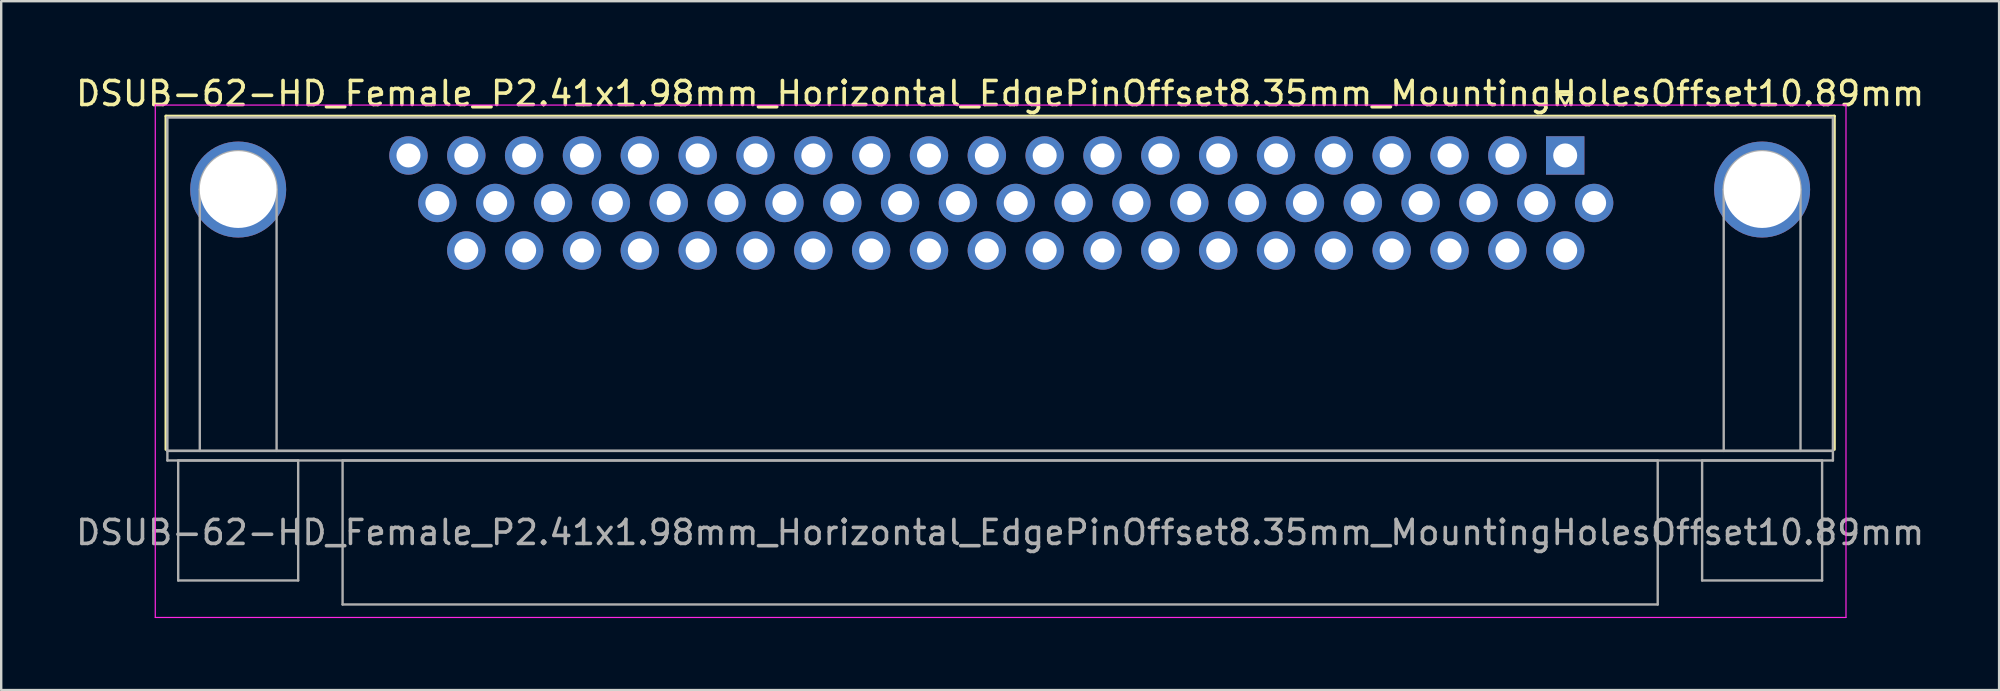
<source format=kicad_pcb>
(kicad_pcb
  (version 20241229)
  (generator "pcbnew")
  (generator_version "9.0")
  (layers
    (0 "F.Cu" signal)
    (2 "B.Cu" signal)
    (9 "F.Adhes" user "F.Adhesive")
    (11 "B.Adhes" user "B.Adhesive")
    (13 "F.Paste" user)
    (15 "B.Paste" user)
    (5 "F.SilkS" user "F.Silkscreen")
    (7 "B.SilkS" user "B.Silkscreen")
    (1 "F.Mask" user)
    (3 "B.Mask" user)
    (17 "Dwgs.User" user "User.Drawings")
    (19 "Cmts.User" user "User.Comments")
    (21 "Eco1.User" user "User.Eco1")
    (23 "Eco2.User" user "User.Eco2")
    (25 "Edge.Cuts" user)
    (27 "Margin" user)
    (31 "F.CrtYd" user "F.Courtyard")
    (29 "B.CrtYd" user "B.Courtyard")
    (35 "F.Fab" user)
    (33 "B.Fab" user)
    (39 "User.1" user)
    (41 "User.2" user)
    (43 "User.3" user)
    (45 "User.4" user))
  (footprint "DSUB-62-HD_Female_P2.41x1.98mm_Horizontal_EdgePinOffset8.35mm_MountingHolesOffset10.89mm"
    (layer "F.Cu")
    (at 62.17 3.428)
    (property "Reference" "DSUB-62-HD_Female_P2.41x1.98mm_Horizontal_EdgePinOffset8.35mm_MountingHolesOffset10.89mm" (at -23.545 -2.58 0) (layer "F.SilkS") (effects (font (size 1 1) (thickness 0.15))))
    (attr through_hole)
    (fp_line (start -58.305 -1.64) (end 11.215 -1.64) (stroke (width 0.12) (type solid)) (layer "F.SilkS"))
    (fp_line (start -58.305 12.25) (end -58.305 -1.64) (stroke (width 0.12) (type solid)) (layer "F.SilkS"))
    (fp_line (start -0.25 -2.534) (end 0.25 -2.534) (stroke (width 0.12) (type solid)) (layer "F.SilkS"))
    (fp_line (start 0 -2.101) (end -0.25 -2.534) (stroke (width 0.12) (type solid)) (layer "F.SilkS"))
    (fp_line (start 0.25 -2.534) (end 0 -2.101) (stroke (width 0.12) (type solid)) (layer "F.SilkS"))
    (fp_line (start 11.215 -1.64) (end 11.215 12.25) (stroke (width 0.12) (type solid)) (layer "F.SilkS"))
    (fp_line (start -58.75 -2.1) (end -58.75 19.25) (stroke (width 0.05) (type solid)) (layer "F.CrtYd"))
    (fp_line (start -58.75 19.25) (end 11.7 19.25) (stroke (width 0.05) (type solid)) (layer "F.CrtYd"))
    (fp_line (start 11.7 -2.1) (end -58.75 -2.1) (stroke (width 0.05) (type solid)) (layer "F.CrtYd"))
    (fp_line (start 11.7 19.25) (end 11.7 -2.1) (stroke (width 0.05) (type solid)) (layer "F.CrtYd"))
    (fp_line (start -58.245 -1.58) (end -58.245 12.31) (stroke (width 0.1) (type solid)) (layer "F.Fab"))
    (fp_line (start -58.245 12.31) (end -58.245 12.71) (stroke (width 0.1) (type solid)) (layer "F.Fab"))
    (fp_line (start -58.245 12.31) (end 11.155 12.31) (stroke (width 0.1) (type solid)) (layer "F.Fab"))
    (fp_line (start -58.245 12.71) (end 11.155 12.71) (stroke (width 0.1) (type solid)) (layer "F.Fab"))
    (fp_line (start -57.795 12.71) (end -57.795 17.71) (stroke (width 0.1) (type solid)) (layer "F.Fab"))
    (fp_line (start -57.795 17.71) (end -52.795 17.71) (stroke (width 0.1) (type solid)) (layer "F.Fab"))
    (fp_line (start -56.895 12.31) (end -56.895 1.42) (stroke (width 0.1) (type solid)) (layer "F.Fab"))
    (fp_line (start -53.695 12.31) (end -53.695 1.42) (stroke (width 0.1) (type solid)) (layer "F.Fab"))
    (fp_line (start -52.795 12.71) (end -57.795 12.71) (stroke (width 0.1) (type solid)) (layer "F.Fab"))
    (fp_line (start -52.795 17.71) (end -52.795 12.71) (stroke (width 0.1) (type solid)) (layer "F.Fab"))
    (fp_line (start -50.945 12.71) (end -50.945 18.71) (stroke (width 0.1) (type solid)) (layer "F.Fab"))
    (fp_line (start -50.945 18.71) (end 3.855 18.71) (stroke (width 0.1) (type solid)) (layer "F.Fab"))
    (fp_line (start 3.855 12.71) (end -50.945 12.71) (stroke (width 0.1) (type solid)) (layer "F.Fab"))
    (fp_line (start 3.855 18.71) (end 3.855 12.71) (stroke (width 0.1) (type solid)) (layer "F.Fab"))
    (fp_line (start 5.705 12.71) (end 5.705 17.71) (stroke (width 0.1) (type solid)) (layer "F.Fab"))
    (fp_line (start 5.705 17.71) (end 10.705 17.71) (stroke (width 0.1) (type solid)) (layer "F.Fab"))
    (fp_line (start 6.605 12.31) (end 6.605 1.42) (stroke (width 0.1) (type solid)) (layer "F.Fab"))
    (fp_line (start 9.805 12.31) (end 9.805 1.42) (stroke (width 0.1) (type solid)) (layer "F.Fab"))
    (fp_line (start 10.705 12.71) (end 5.705 12.71) (stroke (width 0.1) (type solid)) (layer "F.Fab"))
    (fp_line (start 10.705 17.71) (end 10.705 12.71) (stroke (width 0.1) (type solid)) (layer "F.Fab"))
    (fp_line (start 11.155 -1.58) (end -58.245 -1.58) (stroke (width 0.1) (type solid)) (layer "F.Fab"))
    (fp_line (start 11.155 12.31) (end -58.245 12.31) (stroke (width 0.1) (type solid)) (layer "F.Fab"))
    (fp_line (start 11.155 12.31) (end 11.155 -1.58) (stroke (width 0.1) (type solid)) (layer "F.Fab"))
    (fp_line (start 11.155 12.71) (end 11.155 12.31) (stroke (width 0.1) (type solid)) (layer "F.Fab"))
    (fp_arc (start -56.895 1.42) (mid -55.295 -0.18) (end -53.695 1.42) (stroke (width 0.1) (type solid)) (layer "F.Fab"))
    (fp_arc (start 6.605 1.42) (mid 8.205 -0.18) (end 9.805 1.42) (stroke (width 0.1) (type solid)) (layer "F.Fab"))
    (fp_text user "${REFERENCE}" (at -23.545 15.71 0) (layer "F.Fab") (effects (font (size 1 1) (thickness 0.15))))
    (pad "0" thru_hole circle (at -55.295 1.42) (size 4 4) (drill 3.2) (layers "*.Cu" "*.Mask"))
    (pad "0" thru_hole circle (at 8.205 1.42) (size 4 4) (drill 3.2) (layers "*.Cu" "*.Mask"))
    (pad "1" thru_hole rect (at 0 0) (size 1.6 1.6) (drill 1) (layers "*.Cu" "*.Mask"))
    (pad "2" thru_hole circle (at -2.41 0) (size 1.6 1.6) (drill 1) (layers "*.Cu" "*.Mask"))
    (pad "3" thru_hole circle (at -4.82 0) (size 1.6 1.6) (drill 1) (layers "*.Cu" "*.Mask"))
    (pad "4" thru_hole circle (at -7.23 0) (size 1.6 1.6) (drill 1) (layers "*.Cu" "*.Mask"))
    (pad "5" thru_hole circle (at -9.64 0) (size 1.6 1.6) (drill 1) (layers "*.Cu" "*.Mask"))
    (pad "6" thru_hole circle (at -12.05 0) (size 1.6 1.6) (drill 1) (layers "*.Cu" "*.Mask"))
    (pad "7" thru_hole circle (at -14.46 0) (size 1.6 1.6) (drill 1) (layers "*.Cu" "*.Mask"))
    (pad "8" thru_hole circle (at -16.87 0) (size 1.6 1.6) (drill 1) (layers "*.Cu" "*.Mask"))
    (pad "9" thru_hole circle (at -19.28 0) (size 1.6 1.6) (drill 1) (layers "*.Cu" "*.Mask"))
    (pad "10" thru_hole circle (at -21.69 0) (size 1.6 1.6) (drill 1) (layers "*.Cu" "*.Mask"))
    (pad "11" thru_hole circle (at -24.1 0) (size 1.6 1.6) (drill 1) (layers "*.Cu" "*.Mask"))
    (pad "12" thru_hole circle (at -26.51 0) (size 1.6 1.6) (drill 1) (layers "*.Cu" "*.Mask"))
    (pad "13" thru_hole circle (at -28.92 0) (size 1.6 1.6) (drill 1) (layers "*.Cu" "*.Mask"))
    (pad "14" thru_hole circle (at -31.33 0) (size 1.6 1.6) (drill 1) (layers "*.Cu" "*.Mask"))
    (pad "15" thru_hole circle (at -33.74 0) (size 1.6 1.6) (drill 1) (layers "*.Cu" "*.Mask"))
    (pad "16" thru_hole circle (at -36.15 0) (size 1.6 1.6) (drill 1) (layers "*.Cu" "*.Mask"))
    (pad "17" thru_hole circle (at -38.56 0) (size 1.6 1.6) (drill 1) (layers "*.Cu" "*.Mask"))
    (pad "18" thru_hole circle (at -40.97 0) (size 1.6 1.6) (drill 1) (layers "*.Cu" "*.Mask"))
    (pad "19" thru_hole circle (at -43.38 0) (size 1.6 1.6) (drill 1) (layers "*.Cu" "*.Mask"))
    (pad "20" thru_hole circle (at -45.79 0) (size 1.6 1.6) (drill 1) (layers "*.Cu" "*.Mask"))
    (pad "21" thru_hole circle (at -48.2 0) (size 1.6 1.6) (drill 1) (layers "*.Cu" "*.Mask"))
    (pad "22" thru_hole circle (at 1.205 1.98) (size 1.6 1.6) (drill 1) (layers "*.Cu" "*.Mask"))
    (pad "23" thru_hole circle (at -1.205 1.98) (size 1.6 1.6) (drill 1) (layers "*.Cu" "*.Mask"))
    (pad "24" thru_hole circle (at -3.615 1.98) (size 1.6 1.6) (drill 1) (layers "*.Cu" "*.Mask"))
    (pad "25" thru_hole circle (at -6.025 1.98) (size 1.6 1.6) (drill 1) (layers "*.Cu" "*.Mask"))
    (pad "26" thru_hole circle (at -8.435 1.98) (size 1.6 1.6) (drill 1) (layers "*.Cu" "*.Mask"))
    (pad "27" thru_hole circle (at -10.845 1.98) (size 1.6 1.6) (drill 1) (layers "*.Cu" "*.Mask"))
    (pad "28" thru_hole circle (at -13.255 1.98) (size 1.6 1.6) (drill 1) (layers "*.Cu" "*.Mask"))
    (pad "29" thru_hole circle (at -15.665 1.98) (size 1.6 1.6) (drill 1) (layers "*.Cu" "*.Mask"))
    (pad "30" thru_hole circle (at -18.075 1.98) (size 1.6 1.6) (drill 1) (layers "*.Cu" "*.Mask"))
    (pad "31" thru_hole circle (at -20.485 1.98) (size 1.6 1.6) (drill 1) (layers "*.Cu" "*.Mask"))
    (pad "32" thru_hole circle (at -22.895 1.98) (size 1.6 1.6) (drill 1) (layers "*.Cu" "*.Mask"))
    (pad "33" thru_hole circle (at -25.305 1.98) (size 1.6 1.6) (drill 1) (layers "*.Cu" "*.Mask"))
    (pad "34" thru_hole circle (at -27.715 1.98) (size 1.6 1.6) (drill 1) (layers "*.Cu" "*.Mask"))
    (pad "35" thru_hole circle (at -30.125 1.98) (size 1.6 1.6) (drill 1) (layers "*.Cu" "*.Mask"))
    (pad "36" thru_hole circle (at -32.535 1.98) (size 1.6 1.6) (drill 1) (layers "*.Cu" "*.Mask"))
    (pad "37" thru_hole circle (at -34.945 1.98) (size 1.6 1.6) (drill 1) (layers "*.Cu" "*.Mask"))
    (pad "38" thru_hole circle (at -37.355 1.98) (size 1.6 1.6) (drill 1) (layers "*.Cu" "*.Mask"))
    (pad "39" thru_hole circle (at -39.765 1.98) (size 1.6 1.6) (drill 1) (layers "*.Cu" "*.Mask"))
    (pad "40" thru_hole circle (at -42.175 1.98) (size 1.6 1.6) (drill 1) (layers "*.Cu" "*.Mask"))
    (pad "41" thru_hole circle (at -44.585 1.98) (size 1.6 1.6) (drill 1) (layers "*.Cu" "*.Mask"))
    (pad "42" thru_hole circle (at -46.995 1.98) (size 1.6 1.6) (drill 1) (layers "*.Cu" "*.Mask"))
    (pad "43" thru_hole circle (at 0 3.96) (size 1.6 1.6) (drill 1) (layers "*.Cu" "*.Mask"))
    (pad "44" thru_hole circle (at -2.41 3.96) (size 1.6 1.6) (drill 1) (layers "*.Cu" "*.Mask"))
    (pad "45" thru_hole circle (at -4.82 3.96) (size 1.6 1.6) (drill 1) (layers "*.Cu" "*.Mask"))
    (pad "46" thru_hole circle (at -7.23 3.96) (size 1.6 1.6) (drill 1) (layers "*.Cu" "*.Mask"))
    (pad "47" thru_hole circle (at -9.64 3.96) (size 1.6 1.6) (drill 1) (layers "*.Cu" "*.Mask"))
    (pad "48" thru_hole circle (at -12.05 3.96) (size 1.6 1.6) (drill 1) (layers "*.Cu" "*.Mask"))
    (pad "49" thru_hole circle (at -14.46 3.96) (size 1.6 1.6) (drill 1) (layers "*.Cu" "*.Mask"))
    (pad "50" thru_hole circle (at -16.87 3.96) (size 1.6 1.6) (drill 1) (layers "*.Cu" "*.Mask"))
    (pad "51" thru_hole circle (at -19.28 3.96) (size 1.6 1.6) (drill 1) (layers "*.Cu" "*.Mask"))
    (pad "52" thru_hole circle (at -21.69 3.96) (size 1.6 1.6) (drill 1) (layers "*.Cu" "*.Mask"))
    (pad "53" thru_hole circle (at -24.1 3.96) (size 1.6 1.6) (drill 1) (layers "*.Cu" "*.Mask"))
    (pad "54" thru_hole circle (at -26.51 3.96) (size 1.6 1.6) (drill 1) (layers "*.Cu" "*.Mask"))
    (pad "55" thru_hole circle (at -28.92 3.96) (size 1.6 1.6) (drill 1) (layers "*.Cu" "*.Mask"))
    (pad "56" thru_hole circle (at -31.33 3.96) (size 1.6 1.6) (drill 1) (layers "*.Cu" "*.Mask"))
    (pad "57" thru_hole circle (at -33.74 3.96) (size 1.6 1.6) (drill 1) (layers "*.Cu" "*.Mask"))
    (pad "58" thru_hole circle (at -36.15 3.96) (size 1.6 1.6) (drill 1) (layers "*.Cu" "*.Mask"))
    (pad "59" thru_hole circle (at -38.56 3.96) (size 1.6 1.6) (drill 1) (layers "*.Cu" "*.Mask"))
    (pad "60" thru_hole circle (at -40.97 3.96) (size 1.6 1.6) (drill 1) (layers "*.Cu" "*.Mask"))
    (pad "61" thru_hole circle (at -43.38 3.96) (size 1.6 1.6) (drill 1) (layers "*.Cu" "*.Mask"))
    (pad "62" thru_hole circle (at -45.79 3.96) (size 1.6 1.6) (drill 1) (layers "*.Cu" "*.Mask")))
  (gr_rect
    (start -3 -3)
    (end 80.25 25.703)
    (stroke (width 0.1) (type default))
    (fill no)
    (layer "Edge.Cuts")))
</source>
